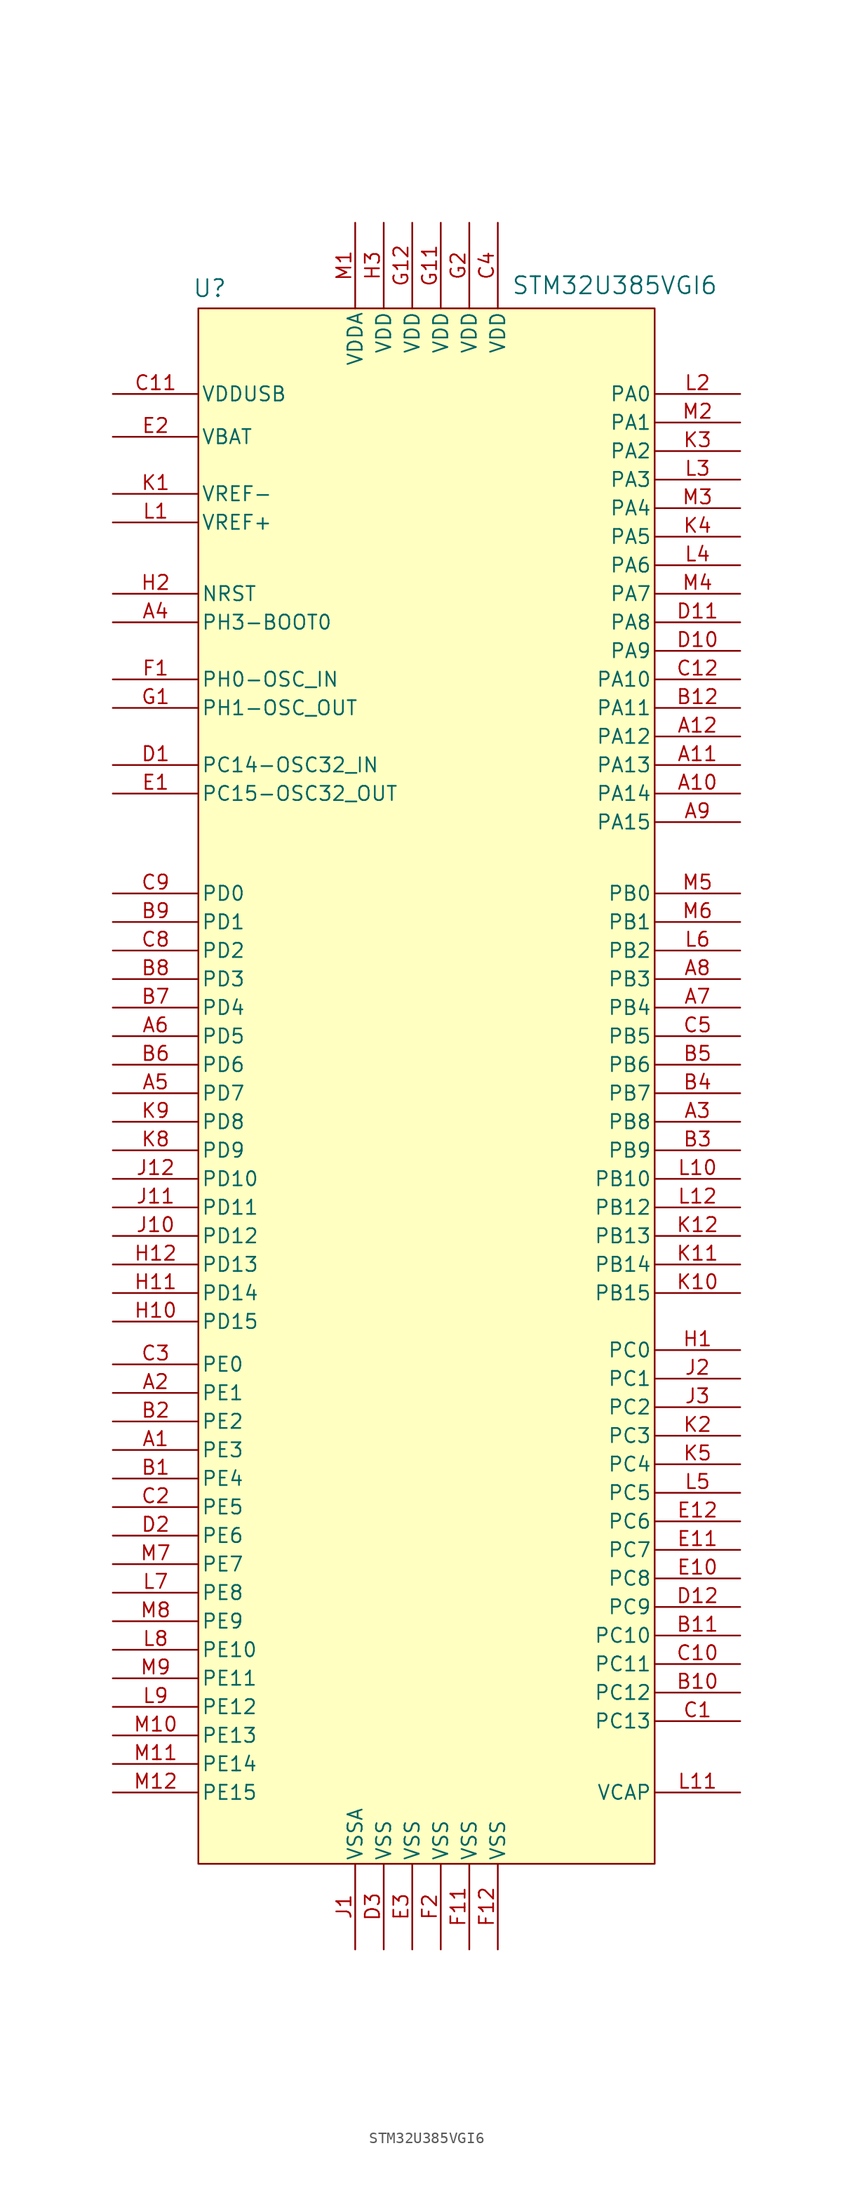
<source format=kicad_sym>
(kicad_symbol_lib
  (version 20241209)
  (generator "kicad_symbol_editor")
  (generator_version "9.0")
  (symbol "STM32U385VGI6"
    (pin_names
      (offset 0.254))
    (property "Reference" "U"
      (at -19.304 66.548 0)
      (effects (font (size 1.524 1.524))))
    (property "Value" "STM32U385VGI6"
      (at 16.764 66.802 0)
      (effects (font (size 1.524 1.524))))
    (symbol "STM32U385VGI6_1_1"
      (rectangle (start -20.32 64.77) (end 20.32 -73.66) (stroke (width 0) (type solid)) (fill (type background)))
      (pin power_in line (at -27.94 57.15 0) (length 7.62) (name "VDDUSB" (effects (font (size 1.27 1.27)))) (number "C11" (effects (font (size 1.27 1.27)))))
      (pin power_in line (at -27.94 53.34 0) (length 7.62) (name "VBAT" (effects (font (size 1.27 1.27)))) (number "E2" (effects (font (size 1.27 1.27)))))
      (pin power_in line (at -27.94 48.26 0) (length 7.62) (name "VREF-" (effects (font (size 1.27 1.27)))) (number "K1" (effects (font (size 1.27 1.27)))))
      (pin power_in line (at -27.94 45.72 0) (length 7.62) (name "VREF+" (effects (font (size 1.27 1.27)))) (number "L1" (effects (font (size 1.27 1.27)))))
      (pin bidirectional line (at -27.94 39.37 0) (length 7.62) (name "NRST" (effects (font (size 1.27 1.27)))) (number "H2" (effects (font (size 1.27 1.27)))))
      (pin bidirectional line (at -27.94 36.83 0) (length 7.62) (name "PH3-BOOT0" (effects (font (size 1.27 1.27)))) (number "A4" (effects (font (size 1.27 1.27)))))
      (pin bidirectional line (at -27.94 31.75 0) (length 7.62) (name "PH0-OSC_IN" (effects (font (size 1.27 1.27)))) (number "F1" (effects (font (size 1.27 1.27)))))
      (pin bidirectional line (at -27.94 29.21 0) (length 7.62) (name "PH1-OSC_OUT" (effects (font (size 1.27 1.27)))) (number "G1" (effects (font (size 1.27 1.27)))))
      (pin bidirectional line (at -27.94 24.13 0) (length 7.62) (name "PC14-OSC32_IN" (effects (font (size 1.27 1.27)))) (number "D1" (effects (font (size 1.27 1.27)))))
      (pin bidirectional line (at -27.94 21.59 0) (length 7.62) (name "PC15-OSC32_OUT" (effects (font (size 1.27 1.27)))) (number "E1" (effects (font (size 1.27 1.27)))))
      (pin bidirectional line (at -27.94 12.7 0) (length 7.62) (name "PD0" (effects (font (size 1.27 1.27)))) (number "C9" (effects (font (size 1.27 1.27)))))
      (pin bidirectional line (at -27.94 10.16 0) (length 7.62) (name "PD1" (effects (font (size 1.27 1.27)))) (number "B9" (effects (font (size 1.27 1.27)))))
      (pin bidirectional line (at -27.94 7.62 0) (length 7.62) (name "PD2" (effects (font (size 1.27 1.27)))) (number "C8" (effects (font (size 1.27 1.27)))))
      (pin bidirectional line (at -27.94 5.08 0) (length 7.62) (name "PD3" (effects (font (size 1.27 1.27)))) (number "B8" (effects (font (size 1.27 1.27)))))
      (pin bidirectional line (at -27.94 2.54 0) (length 7.62) (name "PD4" (effects (font (size 1.27 1.27)))) (number "B7" (effects (font (size 1.27 1.27)))))
      (pin bidirectional line (at -27.94 0 0) (length 7.62) (name "PD5" (effects (font (size 1.27 1.27)))) (number "A6" (effects (font (size 1.27 1.27)))))
      (pin bidirectional line (at -27.94 -2.54 0) (length 7.62) (name "PD6" (effects (font (size 1.27 1.27)))) (number "B6" (effects (font (size 1.27 1.27)))))
      (pin bidirectional line (at -27.94 -5.08 0) (length 7.62) (name "PD7" (effects (font (size 1.27 1.27)))) (number "A5" (effects (font (size 1.27 1.27)))))
      (pin bidirectional line (at -27.94 -7.62 0) (length 7.62) (name "PD8" (effects (font (size 1.27 1.27)))) (number "K9" (effects (font (size 1.27 1.27)))))
      (pin bidirectional line (at -27.94 -10.16 0) (length 7.62) (name "PD9" (effects (font (size 1.27 1.27)))) (number "K8" (effects (font (size 1.27 1.27)))))
      (pin bidirectional line (at -27.94 -12.7 0) (length 7.62) (name "PD10" (effects (font (size 1.27 1.27)))) (number "J12" (effects (font (size 1.27 1.27)))))
      (pin bidirectional line (at -27.94 -15.24 0) (length 7.62) (name "PD11" (effects (font (size 1.27 1.27)))) (number "J11" (effects (font (size 1.27 1.27)))))
      (pin bidirectional line (at -27.94 -17.78 0) (length 7.62) (name "PD12" (effects (font (size 1.27 1.27)))) (number "J10" (effects (font (size 1.27 1.27)))))
      (pin bidirectional line (at -27.94 -20.32 0) (length 7.62) (name "PD13" (effects (font (size 1.27 1.27)))) (number "H12" (effects (font (size 1.27 1.27)))))
      (pin bidirectional line (at -27.94 -22.86 0) (length 7.62) (name "PD14" (effects (font (size 1.27 1.27)))) (number "H11" (effects (font (size 1.27 1.27)))))
      (pin bidirectional line (at -27.94 -25.4 0) (length 7.62) (name "PD15" (effects (font (size 1.27 1.27)))) (number "H10" (effects (font (size 1.27 1.27)))))
      (pin bidirectional line (at -27.94 -29.21 0) (length 7.62) (name "PE0" (effects (font (size 1.27 1.27)))) (number "C3" (effects (font (size 1.27 1.27)))))
      (pin bidirectional line (at -27.94 -31.75 0) (length 7.62) (name "PE1" (effects (font (size 1.27 1.27)))) (number "A2" (effects (font (size 1.27 1.27)))))
      (pin bidirectional line (at -27.94 -34.29 0) (length 7.62) (name "PE2" (effects (font (size 1.27 1.27)))) (number "B2" (effects (font (size 1.27 1.27)))))
      (pin bidirectional line (at -27.94 -36.83 0) (length 7.62) (name "PE3" (effects (font (size 1.27 1.27)))) (number "A1" (effects (font (size 1.27 1.27)))))
      (pin bidirectional line (at -27.94 -39.37 0) (length 7.62) (name "PE4" (effects (font (size 1.27 1.27)))) (number "B1" (effects (font (size 1.27 1.27)))))
      (pin bidirectional line (at -27.94 -41.91 0) (length 7.62) (name "PE5" (effects (font (size 1.27 1.27)))) (number "C2" (effects (font (size 1.27 1.27)))))
      (pin bidirectional line (at -27.94 -44.45 0) (length 7.62) (name "PE6" (effects (font (size 1.27 1.27)))) (number "D2" (effects (font (size 1.27 1.27)))))
      (pin bidirectional line (at -27.94 -46.99 0) (length 7.62) (name "PE7" (effects (font (size 1.27 1.27)))) (number "M7" (effects (font (size 1.27 1.27)))))
      (pin bidirectional line (at -27.94 -49.53 0) (length 7.62) (name "PE8" (effects (font (size 1.27 1.27)))) (number "L7" (effects (font (size 1.27 1.27)))))
      (pin bidirectional line (at -27.94 -52.07 0) (length 7.62) (name "PE9" (effects (font (size 1.27 1.27)))) (number "M8" (effects (font (size 1.27 1.27)))))
      (pin bidirectional line (at -27.94 -54.61 0) (length 7.62) (name "PE10" (effects (font (size 1.27 1.27)))) (number "L8" (effects (font (size 1.27 1.27)))))
      (pin bidirectional line (at -27.94 -57.15 0) (length 7.62) (name "PE11" (effects (font (size 1.27 1.27)))) (number "M9" (effects (font (size 1.27 1.27)))))
      (pin bidirectional line (at -27.94 -59.69 0) (length 7.62) (name "PE12" (effects (font (size 1.27 1.27)))) (number "L9" (effects (font (size 1.27 1.27)))))
      (pin bidirectional line (at -27.94 -62.23 0) (length 7.62) (name "PE13" (effects (font (size 1.27 1.27)))) (number "M10" (effects (font (size 1.27 1.27)))))
      (pin bidirectional line (at -27.94 -64.77 0) (length 7.62) (name "PE14" (effects (font (size 1.27 1.27)))) (number "M11" (effects (font (size 1.27 1.27)))))
      (pin bidirectional line (at -27.94 -67.31 0) (length 7.62) (name "PE15" (effects (font (size 1.27 1.27)))) (number "M12" (effects (font (size 1.27 1.27)))))
      (pin power_in line (at -6.35 72.39 270) (length 7.62) (name "VDDA" (effects (font (size 1.27 1.27)))) (number "M1" (effects (font (size 1.27 1.27)))))
      (pin power_in line (at -6.35 -81.28 90) (length 7.62) (name "VSSA" (effects (font (size 1.27 1.27)))) (number "J1" (effects (font (size 1.27 1.27)))))
      (pin power_in line (at -3.81 72.39 270) (length 7.62) (name "VDD" (effects (font (size 1.27 1.27)))) (number "H3" (effects (font (size 1.27 1.27)))))
      (pin power_in line (at -3.81 -81.28 90) (length 7.62) (name "VSS" (effects (font (size 1.27 1.27)))) (number "D3" (effects (font (size 1.27 1.27)))))
      (pin power_in line (at -1.27 72.39 270) (length 7.62) (name "VDD" (effects (font (size 1.27 1.27)))) (number "G12" (effects (font (size 1.27 1.27)))))
      (pin power_in line (at -1.27 -81.28 90) (length 7.62) (name "VSS" (effects (font (size 1.27 1.27)))) (number "E3" (effects (font (size 1.27 1.27)))))
      (pin power_in line (at 1.27 72.39 270) (length 7.62) (name "VDD" (effects (font (size 1.27 1.27)))) (number "G11" (effects (font (size 1.27 1.27)))))
      (pin power_in line (at 1.27 -81.28 90) (length 7.62) (name "VSS" (effects (font (size 1.27 1.27)))) (number "F2" (effects (font (size 1.27 1.27)))))
      (pin power_in line (at 3.81 72.39 270) (length 7.62) (name "VDD" (effects (font (size 1.27 1.27)))) (number "G2" (effects (font (size 1.27 1.27)))))
      (pin power_in line (at 3.81 -81.28 90) (length 7.62) (name "VSS" (effects (font (size 1.27 1.27)))) (number "F11" (effects (font (size 1.27 1.27)))))
      (pin power_in line (at 6.35 72.39 270) (length 7.62) (name "VDD" (effects (font (size 1.27 1.27)))) (number "C4" (effects (font (size 1.27 1.27)))))
      (pin power_in line (at 6.35 -81.28 90) (length 7.62) (name "VSS" (effects (font (size 1.27 1.27)))) (number "F12" (effects (font (size 1.27 1.27)))))
      (pin bidirectional line (at 27.94 57.15 180) (length 7.62) (name "PA0" (effects (font (size 1.27 1.27)))) (number "L2" (effects (font (size 1.27 1.27)))))
      (pin bidirectional line (at 27.94 54.61 180) (length 7.62) (name "PA1" (effects (font (size 1.27 1.27)))) (number "M2" (effects (font (size 1.27 1.27)))))
      (pin bidirectional line (at 27.94 52.07 180) (length 7.62) (name "PA2" (effects (font (size 1.27 1.27)))) (number "K3" (effects (font (size 1.27 1.27)))))
      (pin bidirectional line (at 27.94 49.53 180) (length 7.62) (name "PA3" (effects (font (size 1.27 1.27)))) (number "L3" (effects (font (size 1.27 1.27)))))
      (pin bidirectional line (at 27.94 46.99 180) (length 7.62) (name "PA4" (effects (font (size 1.27 1.27)))) (number "M3" (effects (font (size 1.27 1.27)))))
      (pin bidirectional line (at 27.94 44.45 180) (length 7.62) (name "PA5" (effects (font (size 1.27 1.27)))) (number "K4" (effects (font (size 1.27 1.27)))))
      (pin bidirectional line (at 27.94 41.91 180) (length 7.62) (name "PA6" (effects (font (size 1.27 1.27)))) (number "L4" (effects (font (size 1.27 1.27)))))
      (pin bidirectional line (at 27.94 39.37 180) (length 7.62) (name "PA7" (effects (font (size 1.27 1.27)))) (number "M4" (effects (font (size 1.27 1.27)))))
      (pin bidirectional line (at 27.94 36.83 180) (length 7.62) (name "PA8" (effects (font (size 1.27 1.27)))) (number "D11" (effects (font (size 1.27 1.27)))))
      (pin bidirectional line (at 27.94 34.29 180) (length 7.62) (name "PA9" (effects (font (size 1.27 1.27)))) (number "D10" (effects (font (size 1.27 1.27)))))
      (pin bidirectional line (at 27.94 31.75 180) (length 7.62) (name "PA10" (effects (font (size 1.27 1.27)))) (number "C12" (effects (font (size 1.27 1.27)))))
      (pin bidirectional line (at 27.94 29.21 180) (length 7.62) (name "PA11" (effects (font (size 1.27 1.27)))) (number "B12" (effects (font (size 1.27 1.27)))))
      (pin bidirectional line (at 27.94 26.67 180) (length 7.62) (name "PA12" (effects (font (size 1.27 1.27)))) (number "A12" (effects (font (size 1.27 1.27)))))
      (pin bidirectional line (at 27.94 24.13 180) (length 7.62) (name "PA13" (effects (font (size 1.27 1.27)))) (number "A11" (effects (font (size 1.27 1.27)))))
      (pin bidirectional line (at 27.94 21.59 180) (length 7.62) (name "PA14" (effects (font (size 1.27 1.27)))) (number "A10" (effects (font (size 1.27 1.27)))))
      (pin bidirectional line (at 27.94 19.05 180) (length 7.62) (name "PA15" (effects (font (size 1.27 1.27)))) (number "A9" (effects (font (size 1.27 1.27)))))
      (pin bidirectional line (at 27.94 12.7 180) (length 7.62) (name "PB0" (effects (font (size 1.27 1.27)))) (number "M5" (effects (font (size 1.27 1.27)))))
      (pin bidirectional line (at 27.94 10.16 180) (length 7.62) (name "PB1" (effects (font (size 1.27 1.27)))) (number "M6" (effects (font (size 1.27 1.27)))))
      (pin bidirectional line (at 27.94 7.62 180) (length 7.62) (name "PB2" (effects (font (size 1.27 1.27)))) (number "L6" (effects (font (size 1.27 1.27)))))
      (pin bidirectional line (at 27.94 5.08 180) (length 7.62) (name "PB3" (effects (font (size 1.27 1.27)))) (number "A8" (effects (font (size 1.27 1.27)))))
      (pin bidirectional line (at 27.94 2.54 180) (length 7.62) (name "PB4" (effects (font (size 1.27 1.27)))) (number "A7" (effects (font (size 1.27 1.27)))))
      (pin bidirectional line (at 27.94 0 180) (length 7.62) (name "PB5" (effects (font (size 1.27 1.27)))) (number "C5" (effects (font (size 1.27 1.27)))))
      (pin bidirectional line (at 27.94 -2.54 180) (length 7.62) (name "PB6" (effects (font (size 1.27 1.27)))) (number "B5" (effects (font (size 1.27 1.27)))))
      (pin bidirectional line (at 27.94 -5.08 180) (length 7.62) (name "PB7" (effects (font (size 1.27 1.27)))) (number "B4" (effects (font (size 1.27 1.27)))))
      (pin bidirectional line (at 27.94 -7.62 180) (length 7.62) (name "PB8" (effects (font (size 1.27 1.27)))) (number "A3" (effects (font (size 1.27 1.27)))))
      (pin bidirectional line (at 27.94 -10.16 180) (length 7.62) (name "PB9" (effects (font (size 1.27 1.27)))) (number "B3" (effects (font (size 1.27 1.27)))))
      (pin bidirectional line (at 27.94 -12.7 180) (length 7.62) (name "PB10" (effects (font (size 1.27 1.27)))) (number "L10" (effects (font (size 1.27 1.27)))))
      (pin bidirectional line (at 27.94 -15.24 180) (length 7.62) (name "PB12" (effects (font (size 1.27 1.27)))) (number "L12" (effects (font (size 1.27 1.27)))))
      (pin bidirectional line (at 27.94 -17.78 180) (length 7.62) (name "PB13" (effects (font (size 1.27 1.27)))) (number "K12" (effects (font (size 1.27 1.27)))))
      (pin bidirectional line (at 27.94 -20.32 180) (length 7.62) (name "PB14" (effects (font (size 1.27 1.27)))) (number "K11" (effects (font (size 1.27 1.27)))))
      (pin bidirectional line (at 27.94 -22.86 180) (length 7.62) (name "PB15" (effects (font (size 1.27 1.27)))) (number "K10" (effects (font (size 1.27 1.27)))))
      (pin bidirectional line (at 27.94 -27.94 180) (length 7.62) (name "PC0" (effects (font (size 1.27 1.27)))) (number "H1" (effects (font (size 1.27 1.27)))))
      (pin bidirectional line (at 27.94 -30.48 180) (length 7.62) (name "PC1" (effects (font (size 1.27 1.27)))) (number "J2" (effects (font (size 1.27 1.27)))))
      (pin bidirectional line (at 27.94 -33.02 180) (length 7.62) (name "PC2" (effects (font (size 1.27 1.27)))) (number "J3" (effects (font (size 1.27 1.27)))))
      (pin bidirectional line (at 27.94 -35.56 180) (length 7.62) (name "PC3" (effects (font (size 1.27 1.27)))) (number "K2" (effects (font (size 1.27 1.27)))))
      (pin bidirectional line (at 27.94 -38.1 180) (length 7.62) (name "PC4" (effects (font (size 1.27 1.27)))) (number "K5" (effects (font (size 1.27 1.27)))))
      (pin bidirectional line (at 27.94 -40.64 180) (length 7.62) (name "PC5" (effects (font (size 1.27 1.27)))) (number "L5" (effects (font (size 1.27 1.27)))))
      (pin bidirectional line (at 27.94 -43.18 180) (length 7.62) (name "PC6" (effects (font (size 1.27 1.27)))) (number "E12" (effects (font (size 1.27 1.27)))))
      (pin bidirectional line (at 27.94 -45.72 180) (length 7.62) (name "PC7" (effects (font (size 1.27 1.27)))) (number "E11" (effects (font (size 1.27 1.27)))))
      (pin bidirectional line (at 27.94 -48.26 180) (length 7.62) (name "PC8" (effects (font (size 1.27 1.27)))) (number "E10" (effects (font (size 1.27 1.27)))))
      (pin bidirectional line (at 27.94 -50.8 180) (length 7.62) (name "PC9" (effects (font (size 1.27 1.27)))) (number "D12" (effects (font (size 1.27 1.27)))))
      (pin bidirectional line (at 27.94 -53.34 180) (length 7.62) (name "PC10" (effects (font (size 1.27 1.27)))) (number "B11" (effects (font (size 1.27 1.27)))))
      (pin bidirectional line (at 27.94 -55.88 180) (length 7.62) (name "PC11" (effects (font (size 1.27 1.27)))) (number "C10" (effects (font (size 1.27 1.27)))))
      (pin bidirectional line (at 27.94 -58.42 180) (length 7.62) (name "PC12" (effects (font (size 1.27 1.27)))) (number "B10" (effects (font (size 1.27 1.27)))))
      (pin bidirectional line (at 27.94 -60.96 180) (length 7.62) (name "PC13" (effects (font (size 1.27 1.27)))) (number "C1" (effects (font (size 1.27 1.27)))))
      (pin power_in line (at 27.94 -67.31 180) (length 7.62) (name "VCAP" (effects (font (size 1.27 1.27)))) (number "L11" (effects (font (size 1.27 1.27))))))))
</source>
